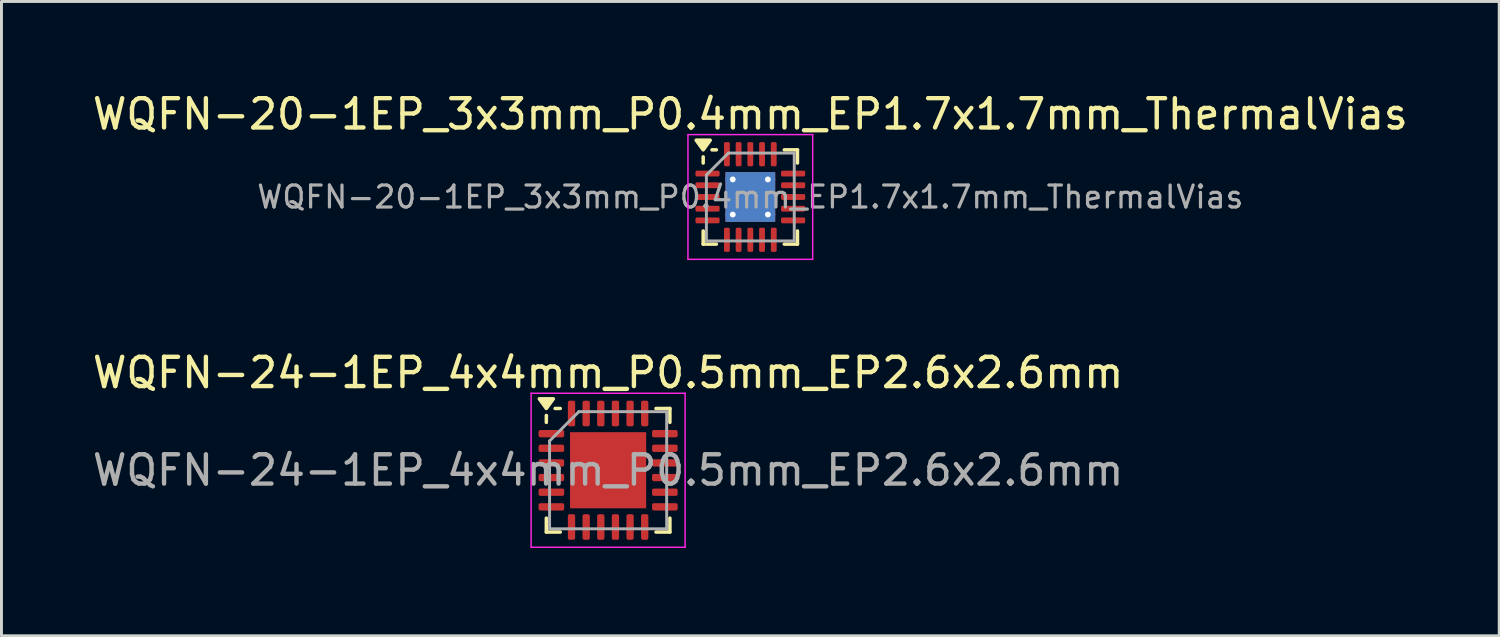
<source format=kicad_pcb>
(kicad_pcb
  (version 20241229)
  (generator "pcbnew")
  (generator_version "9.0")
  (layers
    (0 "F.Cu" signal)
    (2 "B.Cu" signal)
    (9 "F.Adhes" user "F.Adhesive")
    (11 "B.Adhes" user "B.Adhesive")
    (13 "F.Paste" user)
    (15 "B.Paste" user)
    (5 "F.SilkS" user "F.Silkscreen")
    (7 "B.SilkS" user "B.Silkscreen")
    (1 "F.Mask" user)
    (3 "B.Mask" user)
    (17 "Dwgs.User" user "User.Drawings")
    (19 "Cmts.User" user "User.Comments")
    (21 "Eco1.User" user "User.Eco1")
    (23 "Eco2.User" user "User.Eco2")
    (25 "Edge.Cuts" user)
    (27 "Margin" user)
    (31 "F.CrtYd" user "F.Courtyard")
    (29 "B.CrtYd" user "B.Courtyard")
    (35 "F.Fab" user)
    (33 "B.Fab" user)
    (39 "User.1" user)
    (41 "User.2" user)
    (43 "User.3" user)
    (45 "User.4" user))
  (footprint "WQFN-20-1EP_3x3mm_P0.4mm_EP1.7x1.7mm_ThermalVias"
    (layer "F.Cu")
    (at 22.577 3.678)
    (property "Reference" "WQFN-20-1EP_3x3mm_P0.4mm_EP1.7x1.7mm_ThermalVias" (at 0 -2.83 0) (layer "F.SilkS") (effects (font (size 1 1) (thickness 0.15))))
    (attr smd)
    (fp_line (start -1.61 -1.16) (end -1.61 -1.37) (stroke (width 0.12) (type solid)) (layer "F.SilkS"))
    (fp_line (start -1.61 1.61) (end -1.61 1.16) (stroke (width 0.12) (type solid)) (layer "F.SilkS"))
    (fp_line (start -1.16 -1.61) (end -1.31 -1.61) (stroke (width 0.12) (type solid)) (layer "F.SilkS"))
    (fp_line (start -1.16 1.61) (end -1.61 1.61) (stroke (width 0.12) (type solid)) (layer "F.SilkS"))
    (fp_line (start 1.16 -1.61) (end 1.61 -1.61) (stroke (width 0.12) (type solid)) (layer "F.SilkS"))
    (fp_line (start 1.16 1.61) (end 1.61 1.61) (stroke (width 0.12) (type solid)) (layer "F.SilkS"))
    (fp_line (start 1.61 -1.61) (end 1.61 -1.16) (stroke (width 0.12) (type solid)) (layer "F.SilkS"))
    (fp_line (start 1.61 1.61) (end 1.61 1.16) (stroke (width 0.12) (type solid)) (layer "F.SilkS"))
    (fp_poly (pts (xy -1.61 -1.61) (xy -1.85 -1.94) (xy -1.37 -1.94) (xy -1.61 -1.61)) (stroke (width 0.12) (type solid)) (fill yes) (layer "F.SilkS"))
    (fp_line (start -2.13 -2.13) (end -2.13 2.13) (stroke (width 0.05) (type solid)) (layer "F.CrtYd"))
    (fp_line (start -2.13 2.13) (end 2.13 2.13) (stroke (width 0.05) (type solid)) (layer "F.CrtYd"))
    (fp_line (start 2.13 -2.13) (end -2.13 -2.13) (stroke (width 0.05) (type solid)) (layer "F.CrtYd"))
    (fp_line (start 2.13 2.13) (end 2.13 -2.13) (stroke (width 0.05) (type solid)) (layer "F.CrtYd"))
    (fp_line (start -1.5 -0.75) (end -0.75 -1.5) (stroke (width 0.1) (type solid)) (layer "F.Fab"))
    (fp_line (start -1.5 1.5) (end -1.5 -0.75) (stroke (width 0.1) (type solid)) (layer "F.Fab"))
    (fp_line (start -0.75 -1.5) (end 1.5 -1.5) (stroke (width 0.1) (type solid)) (layer "F.Fab"))
    (fp_line (start 1.5 -1.5) (end 1.5 1.5) (stroke (width 0.1) (type solid)) (layer "F.Fab"))
    (fp_line (start 1.5 1.5) (end -1.5 1.5) (stroke (width 0.1) (type solid)) (layer "F.Fab"))
    (fp_text user "${REFERENCE}" (at 0 0 0) (layer "F.Fab") (effects (font (size 0.75 0.75) (thickness 0.11))))
    (pad "" smd roundrect (at -0.425 -0.425) (size 0.69 0.69) (layers "F.Paste") (roundrect_rratio 0.25))
    (pad "" smd roundrect (at -0.425 0.425) (size 0.69 0.69) (layers "F.Paste") (roundrect_rratio 0.25))
    (pad "" smd roundrect (at 0.425 -0.425) (size 0.69 0.69) (layers "F.Paste") (roundrect_rratio 0.25))
    (pad "" smd roundrect (at 0.425 0.425) (size 0.69 0.69) (layers "F.Paste") (roundrect_rratio 0.25))
    (pad "1" smd roundrect (at -1.462 -0.8) (size 0.825 0.2) (layers "F.Cu" "F.Mask" "F.Paste") (roundrect_rratio 0.25))
    (pad "2" smd roundrect (at -1.462 -0.4) (size 0.825 0.2) (layers "F.Cu" "F.Mask" "F.Paste") (roundrect_rratio 0.25))
    (pad "3" smd roundrect (at -1.462 0) (size 0.825 0.2) (layers "F.Cu" "F.Mask" "F.Paste") (roundrect_rratio 0.25))
    (pad "4" smd roundrect (at -1.462 0.4) (size 0.825 0.2) (layers "F.Cu" "F.Mask" "F.Paste") (roundrect_rratio 0.25))
    (pad "5" smd roundrect (at -1.462 0.8) (size 0.825 0.2) (layers "F.Cu" "F.Mask" "F.Paste") (roundrect_rratio 0.25))
    (pad "6" smd roundrect (at -0.8 1.462) (size 0.2 0.825) (layers "F.Cu" "F.Mask" "F.Paste") (roundrect_rratio 0.25))
    (pad "7" smd roundrect (at -0.4 1.462) (size 0.2 0.825) (layers "F.Cu" "F.Mask" "F.Paste") (roundrect_rratio 0.25))
    (pad "8" smd roundrect (at 0 1.462) (size 0.2 0.825) (layers "F.Cu" "F.Mask" "F.Paste") (roundrect_rratio 0.25))
    (pad "9" smd roundrect (at 0.4 1.462) (size 0.2 0.825) (layers "F.Cu" "F.Mask" "F.Paste") (roundrect_rratio 0.25))
    (pad "10" smd roundrect (at 0.8 1.462) (size 0.2 0.825) (layers "F.Cu" "F.Mask" "F.Paste") (roundrect_rratio 0.25))
    (pad "11" smd roundrect (at 1.462 0.8) (size 0.825 0.2) (layers "F.Cu" "F.Mask" "F.Paste") (roundrect_rratio 0.25))
    (pad "12" smd roundrect (at 1.462 0.4) (size 0.825 0.2) (layers "F.Cu" "F.Mask" "F.Paste") (roundrect_rratio 0.25))
    (pad "13" smd roundrect (at 1.462 0) (size 0.825 0.2) (layers "F.Cu" "F.Mask" "F.Paste") (roundrect_rratio 0.25))
    (pad "14" smd roundrect (at 1.462 -0.4) (size 0.825 0.2) (layers "F.Cu" "F.Mask" "F.Paste") (roundrect_rratio 0.25))
    (pad "15" smd roundrect (at 1.462 -0.8) (size 0.825 0.2) (layers "F.Cu" "F.Mask" "F.Paste") (roundrect_rratio 0.25))
    (pad "16" smd roundrect (at 0.8 -1.462) (size 0.2 0.825) (layers "F.Cu" "F.Mask" "F.Paste") (roundrect_rratio 0.25))
    (pad "17" smd roundrect (at 0.4 -1.462) (size 0.2 0.825) (layers "F.Cu" "F.Mask" "F.Paste") (roundrect_rratio 0.25))
    (pad "18" smd roundrect (at 0 -1.462) (size 0.2 0.825) (layers "F.Cu" "F.Mask" "F.Paste") (roundrect_rratio 0.25))
    (pad "19" smd roundrect (at -0.4 -1.462) (size 0.2 0.825) (layers "F.Cu" "F.Mask" "F.Paste") (roundrect_rratio 0.25))
    (pad "20" smd roundrect (at -0.8 -1.462) (size 0.2 0.825) (layers "F.Cu" "F.Mask" "F.Paste") (roundrect_rratio 0.25))
    (pad "21" thru_hole circle (at -0.6 -0.6) (size 0.5 0.5) (drill 0.2) (property pad_prop_heatsink) (layers "*.Cu"))
    (pad "21" thru_hole circle (at -0.6 0.6) (size 0.5 0.5) (drill 0.2) (property pad_prop_heatsink) (layers "*.Cu"))
    (pad "21" smd rect (at 0 0) (size 1.7 1.7) (property pad_prop_heatsink) (layers "F.Cu" "F.Mask"))
    (pad "21" smd rect (at 0 0) (size 1.7 1.7) (property pad_prop_heatsink) (layers "B.Cu"))
    (pad "21" thru_hole circle (at 0.6 -0.6) (size 0.5 0.5) (drill 0.2) (property pad_prop_heatsink) (layers "*.Cu"))
    (pad "21" thru_hole circle (at 0.6 0.6) (size 0.5 0.5) (drill 0.2) (property pad_prop_heatsink) (layers "*.Cu")))
  (footprint "WQFN-24-1EP_4x4mm_P0.5mm_EP2.6x2.6mm"
    (layer "F.Cu")
    (at 17.72 13.011)
    (property "Reference" "WQFN-24-1EP_4x4mm_P0.5mm_EP2.6x2.6mm" (at 0 -3.33 0) (layer "F.SilkS") (effects (font (size 1 1) (thickness 0.15))))
    (attr smd)
    (fp_line (start -2.11 -1.635) (end -2.11 -1.87) (stroke (width 0.12) (type solid)) (layer "F.SilkS"))
    (fp_line (start -2.11 2.11) (end -2.11 1.635) (stroke (width 0.12) (type solid)) (layer "F.SilkS"))
    (fp_line (start -1.635 -2.11) (end -1.81 -2.11) (stroke (width 0.12) (type solid)) (layer "F.SilkS"))
    (fp_line (start -1.635 2.11) (end -2.11 2.11) (stroke (width 0.12) (type solid)) (layer "F.SilkS"))
    (fp_line (start 1.635 -2.11) (end 2.11 -2.11) (stroke (width 0.12) (type solid)) (layer "F.SilkS"))
    (fp_line (start 1.635 2.11) (end 2.11 2.11) (stroke (width 0.12) (type solid)) (layer "F.SilkS"))
    (fp_line (start 2.11 -2.11) (end 2.11 -1.635) (stroke (width 0.12) (type solid)) (layer "F.SilkS"))
    (fp_line (start 2.11 2.11) (end 2.11 1.635) (stroke (width 0.12) (type solid)) (layer "F.SilkS"))
    (fp_poly (pts (xy -2.11 -2.11) (xy -2.35 -2.44) (xy -1.87 -2.44) (xy -2.11 -2.11)) (stroke (width 0.12) (type solid)) (fill yes) (layer "F.SilkS"))
    (fp_line (start -2.63 -2.63) (end -2.63 2.63) (stroke (width 0.05) (type solid)) (layer "F.CrtYd"))
    (fp_line (start -2.63 2.63) (end 2.63 2.63) (stroke (width 0.05) (type solid)) (layer "F.CrtYd"))
    (fp_line (start 2.63 -2.63) (end -2.63 -2.63) (stroke (width 0.05) (type solid)) (layer "F.CrtYd"))
    (fp_line (start 2.63 2.63) (end 2.63 -2.63) (stroke (width 0.05) (type solid)) (layer "F.CrtYd"))
    (fp_line (start -2 -1) (end -1 -2) (stroke (width 0.1) (type solid)) (layer "F.Fab"))
    (fp_line (start -2 2) (end -2 -1) (stroke (width 0.1) (type solid)) (layer "F.Fab"))
    (fp_line (start -1 -2) (end 2 -2) (stroke (width 0.1) (type solid)) (layer "F.Fab"))
    (fp_line (start 2 -2) (end 2 2) (stroke (width 0.1) (type solid)) (layer "F.Fab"))
    (fp_line (start 2 2) (end -2 2) (stroke (width 0.1) (type solid)) (layer "F.Fab"))
    (fp_text user "${REFERENCE}" (at 0 0 0) (layer "F.Fab") (effects (font (size 1 1) (thickness 0.15))))
    (pad "" smd roundrect (at -0.65 -0.65) (size 1.05 1.05) (layers "F.Paste") (roundrect_rratio 0.238))
    (pad "" smd roundrect (at -0.65 0.65) (size 1.05 1.05) (layers "F.Paste") (roundrect_rratio 0.238))
    (pad "" smd roundrect (at 0.65 -0.65) (size 1.05 1.05) (layers "F.Paste") (roundrect_rratio 0.238))
    (pad "" smd roundrect (at 0.65 0.65) (size 1.05 1.05) (layers "F.Paste") (roundrect_rratio 0.238))
    (pad "1" smd roundrect (at -1.938 -1.25) (size 0.875 0.25) (layers "F.Cu" "F.Mask" "F.Paste") (roundrect_rratio 0.25))
    (pad "2" smd roundrect (at -1.938 -0.75) (size 0.875 0.25) (layers "F.Cu" "F.Mask" "F.Paste") (roundrect_rratio 0.25))
    (pad "3" smd roundrect (at -1.938 -0.25) (size 0.875 0.25) (layers "F.Cu" "F.Mask" "F.Paste") (roundrect_rratio 0.25))
    (pad "4" smd roundrect (at -1.938 0.25) (size 0.875 0.25) (layers "F.Cu" "F.Mask" "F.Paste") (roundrect_rratio 0.25))
    (pad "5" smd roundrect (at -1.938 0.75) (size 0.875 0.25) (layers "F.Cu" "F.Mask" "F.Paste") (roundrect_rratio 0.25))
    (pad "6" smd roundrect (at -1.938 1.25) (size 0.875 0.25) (layers "F.Cu" "F.Mask" "F.Paste") (roundrect_rratio 0.25))
    (pad "7" smd roundrect (at -1.25 1.938) (size 0.25 0.875) (layers "F.Cu" "F.Mask" "F.Paste") (roundrect_rratio 0.25))
    (pad "8" smd roundrect (at -0.75 1.938) (size 0.25 0.875) (layers "F.Cu" "F.Mask" "F.Paste") (roundrect_rratio 0.25))
    (pad "9" smd roundrect (at -0.25 1.938) (size 0.25 0.875) (layers "F.Cu" "F.Mask" "F.Paste") (roundrect_rratio 0.25))
    (pad "10" smd roundrect (at 0.25 1.938) (size 0.25 0.875) (layers "F.Cu" "F.Mask" "F.Paste") (roundrect_rratio 0.25))
    (pad "11" smd roundrect (at 0.75 1.938) (size 0.25 0.875) (layers "F.Cu" "F.Mask" "F.Paste") (roundrect_rratio 0.25))
    (pad "12" smd roundrect (at 1.25 1.938) (size 0.25 0.875) (layers "F.Cu" "F.Mask" "F.Paste") (roundrect_rratio 0.25))
    (pad "13" smd roundrect (at 1.938 1.25) (size 0.875 0.25) (layers "F.Cu" "F.Mask" "F.Paste") (roundrect_rratio 0.25))
    (pad "14" smd roundrect (at 1.938 0.75) (size 0.875 0.25) (layers "F.Cu" "F.Mask" "F.Paste") (roundrect_rratio 0.25))
    (pad "15" smd roundrect (at 1.938 0.25) (size 0.875 0.25) (layers "F.Cu" "F.Mask" "F.Paste") (roundrect_rratio 0.25))
    (pad "16" smd roundrect (at 1.938 -0.25) (size 0.875 0.25) (layers "F.Cu" "F.Mask" "F.Paste") (roundrect_rratio 0.25))
    (pad "17" smd roundrect (at 1.938 -0.75) (size 0.875 0.25) (layers "F.Cu" "F.Mask" "F.Paste") (roundrect_rratio 0.25))
    (pad "18" smd roundrect (at 1.938 -1.25) (size 0.875 0.25) (layers "F.Cu" "F.Mask" "F.Paste") (roundrect_rratio 0.25))
    (pad "19" smd roundrect (at 1.25 -1.938) (size 0.25 0.875) (layers "F.Cu" "F.Mask" "F.Paste") (roundrect_rratio 0.25))
    (pad "20" smd roundrect (at 0.75 -1.938) (size 0.25 0.875) (layers "F.Cu" "F.Mask" "F.Paste") (roundrect_rratio 0.25))
    (pad "21" smd roundrect (at 0.25 -1.938) (size 0.25 0.875) (layers "F.Cu" "F.Mask" "F.Paste") (roundrect_rratio 0.25))
    (pad "22" smd roundrect (at -0.25 -1.938) (size 0.25 0.875) (layers "F.Cu" "F.Mask" "F.Paste") (roundrect_rratio 0.25))
    (pad "23" smd roundrect (at -0.75 -1.938) (size 0.25 0.875) (layers "F.Cu" "F.Mask" "F.Paste") (roundrect_rratio 0.25))
    (pad "24" smd roundrect (at -1.25 -1.938) (size 0.25 0.875) (layers "F.Cu" "F.Mask" "F.Paste") (roundrect_rratio 0.25))
    (pad "25" smd rect (at 0 0) (size 2.6 2.6) (property pad_prop_heatsink) (layers "F.Cu" "F.Mask")))
  (gr_rect
    (start -3 -3)
    (end 48.155 18.666)
    (stroke (width 0.1) (type default))
    (fill no)
    (layer "Edge.Cuts")))
</source>
